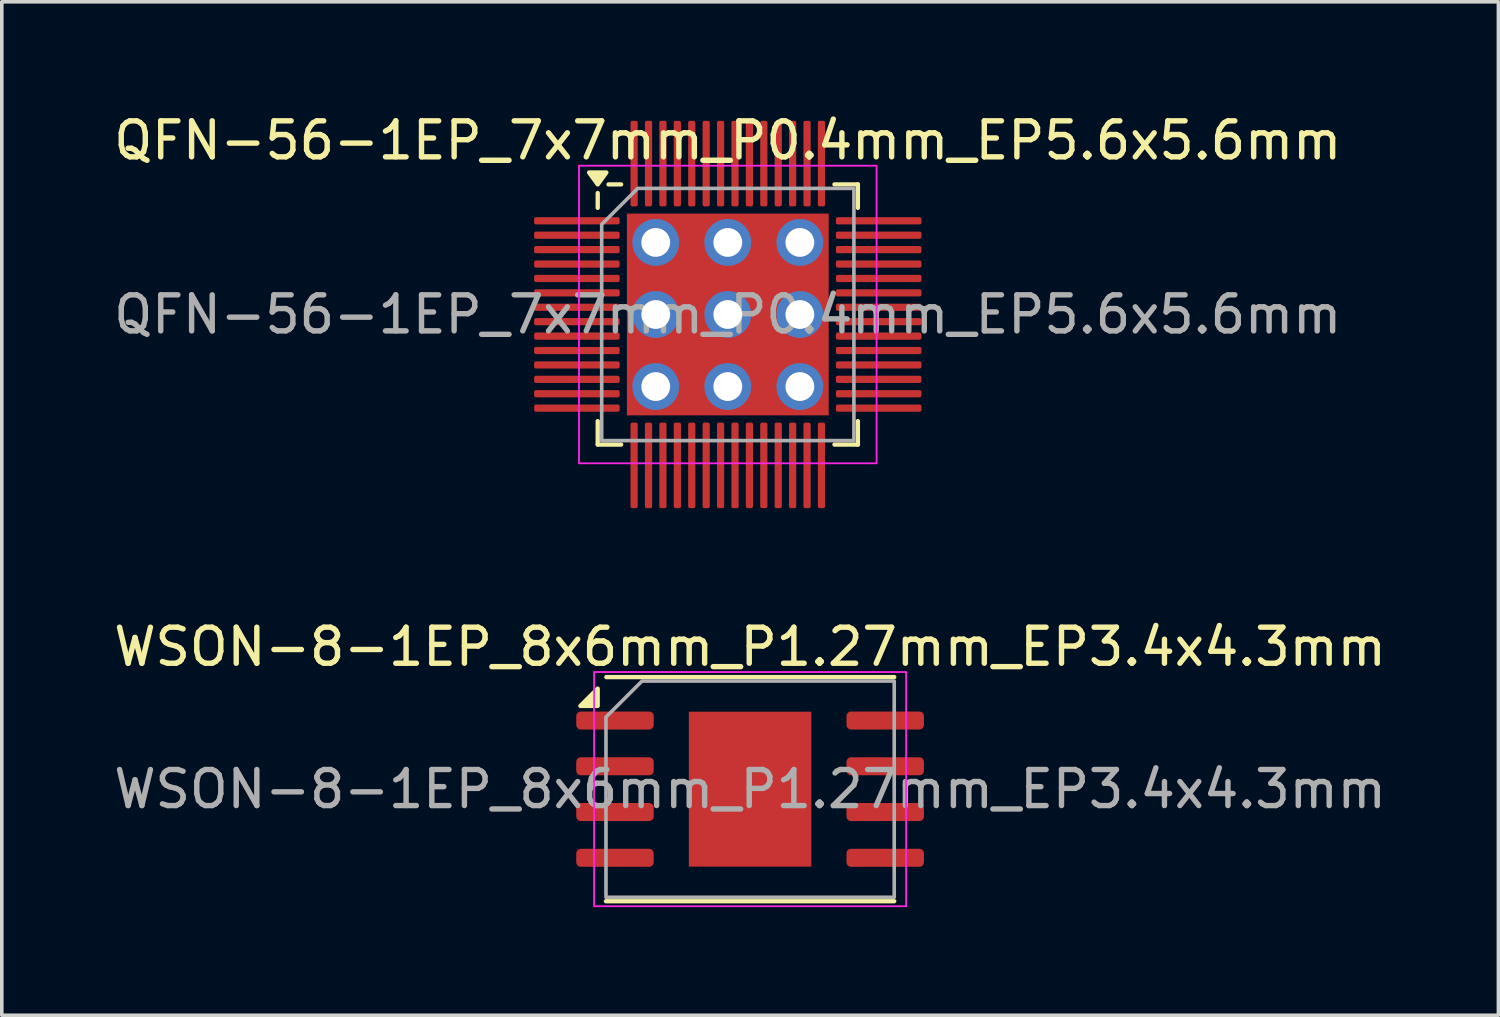
<source format=kicad_pcb>
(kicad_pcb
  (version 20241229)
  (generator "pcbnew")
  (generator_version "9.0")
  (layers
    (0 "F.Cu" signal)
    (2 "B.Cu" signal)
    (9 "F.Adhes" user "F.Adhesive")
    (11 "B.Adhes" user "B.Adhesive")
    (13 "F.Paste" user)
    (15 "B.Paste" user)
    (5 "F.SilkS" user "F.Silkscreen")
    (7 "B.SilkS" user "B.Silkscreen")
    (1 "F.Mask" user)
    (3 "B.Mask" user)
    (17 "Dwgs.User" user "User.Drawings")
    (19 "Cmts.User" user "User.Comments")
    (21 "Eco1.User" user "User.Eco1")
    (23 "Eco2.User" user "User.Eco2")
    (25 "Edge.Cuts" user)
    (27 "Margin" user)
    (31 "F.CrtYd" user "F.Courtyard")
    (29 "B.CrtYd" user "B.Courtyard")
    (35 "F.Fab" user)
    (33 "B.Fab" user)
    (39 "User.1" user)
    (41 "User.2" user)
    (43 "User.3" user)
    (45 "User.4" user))
  (footprint "QFN-56-1EP_7x7mm_P0.4mm_EP5.6x5.6mm"
    (layer "F.Cu")
    (at 17.149 5.678)
    (property "Reference" "QFN-56-1EP_7x7mm_P0.4mm_EP5.6x5.6mm" (at 0 -4.83 0) (layer "F.SilkS") (effects (font (size 1 1) (thickness 0.15))))
    (attr smd)
    (fp_line (start -3.61 -2.96) (end -3.61 -3.37) (stroke (width 0.12) (type solid)) (layer "F.SilkS"))
    (fp_line (start -3.61 3.61) (end -3.61 2.96) (stroke (width 0.12) (type solid)) (layer "F.SilkS"))
    (fp_line (start -2.96 -3.61) (end -3.31 -3.61) (stroke (width 0.12) (type solid)) (layer "F.SilkS"))
    (fp_line (start -2.96 3.61) (end -3.61 3.61) (stroke (width 0.12) (type solid)) (layer "F.SilkS"))
    (fp_line (start 2.96 -3.61) (end 3.61 -3.61) (stroke (width 0.12) (type solid)) (layer "F.SilkS"))
    (fp_line (start 2.96 3.61) (end 3.61 3.61) (stroke (width 0.12) (type solid)) (layer "F.SilkS"))
    (fp_line (start 3.61 -3.61) (end 3.61 -2.96) (stroke (width 0.12) (type solid)) (layer "F.SilkS"))
    (fp_line (start 3.61 3.61) (end 3.61 2.96) (stroke (width 0.12) (type solid)) (layer "F.SilkS"))
    (fp_poly (pts (xy -3.61 -3.61) (xy -3.85 -3.94) (xy -3.37 -3.94)) (stroke (width 0.12) (type solid)) (fill yes) (layer "F.SilkS"))
    (fp_rect (start -4.13 -4.13) (end 4.13 4.13) (stroke (width 0.05) (type solid)) (fill no) (layer "F.CrtYd"))
    (fp_poly (pts (xy -3.5 -2.5) (xy -3.5 3.5) (xy 3.5 3.5) (xy 3.5 -3.5) (xy -2.5 -3.5)) (stroke (width 0.1) (type solid)) (fill no) (layer "F.Fab"))
    (fp_text user "${REFERENCE}" (at 0 0 0) (layer "F.Fab") (effects (font (size 1 1) (thickness 0.15))))
    (pad "" smd roundrect (at -2.1 -2.1) (size 1.13 1.13) (layers "F.Paste") (roundrect_rratio 0.221))
    (pad "" smd roundrect (at -2.1 -0.7) (size 1.13 1.13) (layers "F.Paste") (roundrect_rratio 0.221))
    (pad "" smd roundrect (at -2.1 0.7) (size 1.13 1.13) (layers "F.Paste") (roundrect_rratio 0.221))
    (pad "" smd roundrect (at -2.1 2.1) (size 1.13 1.13) (layers "F.Paste") (roundrect_rratio 0.221))
    (pad "" smd roundrect (at -0.7 -2.1) (size 1.13 1.13) (layers "F.Paste") (roundrect_rratio 0.221))
    (pad "" smd roundrect (at -0.7 -0.7) (size 1.13 1.13) (layers "F.Paste") (roundrect_rratio 0.221))
    (pad "" smd roundrect (at -0.7 0.7) (size 1.13 1.13) (layers "F.Paste") (roundrect_rratio 0.221))
    (pad "" smd roundrect (at -0.7 2.1) (size 1.13 1.13) (layers "F.Paste") (roundrect_rratio 0.221))
    (pad "" smd roundrect (at 0.7 -2.1) (size 1.13 1.13) (layers "F.Paste") (roundrect_rratio 0.221))
    (pad "" smd roundrect (at 0.7 -0.7) (size 1.13 1.13) (layers "F.Paste") (roundrect_rratio 0.221))
    (pad "" smd roundrect (at 0.7 0.7) (size 1.13 1.13) (layers "F.Paste") (roundrect_rratio 0.221))
    (pad "" smd roundrect (at 0.7 2.1) (size 1.13 1.13) (layers "F.Paste") (roundrect_rratio 0.221))
    (pad "" smd roundrect (at 2.1 -2.1) (size 1.13 1.13) (layers "F.Paste") (roundrect_rratio 0.221))
    (pad "" smd roundrect (at 2.1 -0.7) (size 1.13 1.13) (layers "F.Paste") (roundrect_rratio 0.221))
    (pad "" smd roundrect (at 2.1 0.7) (size 1.13 1.13) (layers "F.Paste") (roundrect_rratio 0.221))
    (pad "" smd roundrect (at 2.1 2.1) (size 1.13 1.13) (layers "F.Paste") (roundrect_rratio 0.221))
    (pad "1" smd roundrect (at -4.188 -2.6) (size 2.375 0.2) (layers "F.Cu" "F.Mask" "F.Paste") (roundrect_rratio 0.25))
    (pad "1" thru_hole circle (at -2 -2) (size 1.3 1.3) (drill 0.8) (property pad_prop_heatsink) (layers "*.Cu"))
    (pad "2" smd roundrect (at -4.188 -2.2) (size 2.375 0.2) (layers "F.Cu" "F.Mask" "F.Paste") (roundrect_rratio 0.25))
    (pad "2" thru_hole circle (at 0 -2) (size 1.3 1.3) (drill 0.8) (property pad_prop_heatsink) (layers "*.Cu"))
    (pad "3" smd roundrect (at -4.188 -1.8) (size 2.375 0.2) (layers "F.Cu" "F.Mask" "F.Paste") (roundrect_rratio 0.25))
    (pad "3" thru_hole circle (at 2 -2) (size 1.3 1.3) (drill 0.8) (property pad_prop_heatsink) (layers "*.Cu"))
    (pad "4" smd roundrect (at -4.188 -1.4) (size 2.375 0.2) (layers "F.Cu" "F.Mask" "F.Paste") (roundrect_rratio 0.25))
    (pad "4" thru_hole circle (at -2 0) (size 1.3 1.3) (drill 0.8) (property pad_prop_heatsink) (layers "*.Cu"))
    (pad "5" smd roundrect (at -4.188 -1) (size 2.375 0.2) (layers "F.Cu" "F.Mask" "F.Paste") (roundrect_rratio 0.25))
    (pad "5" thru_hole circle (at 0 0) (size 1.3 1.3) (drill 0.8) (property pad_prop_heatsink) (layers "*.Cu"))
    (pad "6" smd roundrect (at -4.188 -0.6) (size 2.375 0.2) (layers "F.Cu" "F.Mask" "F.Paste") (roundrect_rratio 0.25))
    (pad "6" thru_hole circle (at 2 0) (size 1.3 1.3) (drill 0.8) (property pad_prop_heatsink) (layers "*.Cu"))
    (pad "7" smd roundrect (at -4.188 -0.2) (size 2.375 0.2) (layers "F.Cu" "F.Mask" "F.Paste") (roundrect_rratio 0.25))
    (pad "7" thru_hole circle (at -2 2) (size 1.3 1.3) (drill 0.8) (property pad_prop_heatsink) (layers "*.Cu"))
    (pad "8" smd roundrect (at -4.188 0.2) (size 2.375 0.2) (layers "F.Cu" "F.Mask" "F.Paste") (roundrect_rratio 0.25))
    (pad "8" thru_hole circle (at 0 2) (size 1.3 1.3) (drill 0.8) (property pad_prop_heatsink) (layers "*.Cu"))
    (pad "9" smd roundrect (at -4.188 0.6) (size 2.375 0.2) (layers "F.Cu" "F.Mask" "F.Paste") (roundrect_rratio 0.25))
    (pad "9" thru_hole circle (at 2 2) (size 1.3 1.3) (drill 0.8) (property pad_prop_heatsink) (layers "*.Cu"))
    (pad "10" smd roundrect (at -4.188 1) (size 2.375 0.2) (layers "F.Cu" "F.Mask" "F.Paste") (roundrect_rratio 0.25))
    (pad "11" smd roundrect (at -4.188 1.4) (size 2.375 0.2) (layers "F.Cu" "F.Mask" "F.Paste") (roundrect_rratio 0.25))
    (pad "12" smd roundrect (at -4.188 1.8) (size 2.375 0.2) (layers "F.Cu" "F.Mask" "F.Paste") (roundrect_rratio 0.25))
    (pad "13" smd roundrect (at -4.188 2.2) (size 2.375 0.2) (layers "F.Cu" "F.Mask" "F.Paste") (roundrect_rratio 0.25))
    (pad "14" smd roundrect (at -4.188 2.6) (size 2.375 0.2) (layers "F.Cu" "F.Mask" "F.Paste") (roundrect_rratio 0.25))
    (pad "15" smd roundrect (at -2.6 4.188) (size 0.2 2.375) (layers "F.Cu" "F.Mask" "F.Paste") (roundrect_rratio 0.25))
    (pad "16" smd roundrect (at -2.2 4.188) (size 0.2 2.375) (layers "F.Cu" "F.Mask" "F.Paste") (roundrect_rratio 0.25))
    (pad "17" smd roundrect (at -1.8 4.188) (size 0.2 2.375) (layers "F.Cu" "F.Mask" "F.Paste") (roundrect_rratio 0.25))
    (pad "18" smd roundrect (at -1.4 4.188) (size 0.2 2.375) (layers "F.Cu" "F.Mask" "F.Paste") (roundrect_rratio 0.25))
    (pad "19" smd roundrect (at -1 4.188) (size 0.2 2.375) (layers "F.Cu" "F.Mask" "F.Paste") (roundrect_rratio 0.25))
    (pad "20" smd roundrect (at -0.6 4.188) (size 0.2 2.375) (layers "F.Cu" "F.Mask" "F.Paste") (roundrect_rratio 0.25))
    (pad "21" smd roundrect (at -0.2 4.188) (size 0.2 2.375) (layers "F.Cu" "F.Mask" "F.Paste") (roundrect_rratio 0.25))
    (pad "22" smd roundrect (at 0.2 4.188) (size 0.2 2.375) (layers "F.Cu" "F.Mask" "F.Paste") (roundrect_rratio 0.25))
    (pad "23" smd roundrect (at 0.6 4.188) (size 0.2 2.375) (layers "F.Cu" "F.Mask" "F.Paste") (roundrect_rratio 0.25))
    (pad "24" smd roundrect (at 1 4.188) (size 0.2 2.375) (layers "F.Cu" "F.Mask" "F.Paste") (roundrect_rratio 0.25))
    (pad "25" smd roundrect (at 1.4 4.188) (size 0.2 2.375) (layers "F.Cu" "F.Mask" "F.Paste") (roundrect_rratio 0.25))
    (pad "26" smd roundrect (at 1.8 4.188) (size 0.2 2.375) (layers "F.Cu" "F.Mask" "F.Paste") (roundrect_rratio 0.25))
    (pad "27" smd roundrect (at 2.2 4.188) (size 0.2 2.375) (layers "F.Cu" "F.Mask" "F.Paste") (roundrect_rratio 0.25))
    (pad "28" smd roundrect (at 2.6 4.188) (size 0.2 2.375) (layers "F.Cu" "F.Mask" "F.Paste") (roundrect_rratio 0.25))
    (pad "29" smd roundrect (at 4.188 2.6) (size 2.375 0.2) (layers "F.Cu" "F.Mask" "F.Paste") (roundrect_rratio 0.25))
    (pad "30" smd roundrect (at 4.188 2.2) (size 2.375 0.2) (layers "F.Cu" "F.Mask" "F.Paste") (roundrect_rratio 0.25))
    (pad "31" smd roundrect (at 4.188 1.8) (size 2.375 0.2) (layers "F.Cu" "F.Mask" "F.Paste") (roundrect_rratio 0.25))
    (pad "32" smd roundrect (at 4.188 1.4) (size 2.375 0.2) (layers "F.Cu" "F.Mask" "F.Paste") (roundrect_rratio 0.25))
    (pad "33" smd roundrect (at 4.188 1) (size 2.375 0.2) (layers "F.Cu" "F.Mask" "F.Paste") (roundrect_rratio 0.25))
    (pad "34" smd roundrect (at 4.188 0.6) (size 2.375 0.2) (layers "F.Cu" "F.Mask" "F.Paste") (roundrect_rratio 0.25))
    (pad "35" smd roundrect (at 4.188 0.2) (size 2.375 0.2) (layers "F.Cu" "F.Mask" "F.Paste") (roundrect_rratio 0.25))
    (pad "36" smd roundrect (at 4.188 -0.2) (size 2.375 0.2) (layers "F.Cu" "F.Mask" "F.Paste") (roundrect_rratio 0.25))
    (pad "37" smd roundrect (at 4.188 -0.6) (size 2.375 0.2) (layers "F.Cu" "F.Mask" "F.Paste") (roundrect_rratio 0.25))
    (pad "38" smd roundrect (at 4.188 -1) (size 2.375 0.2) (layers "F.Cu" "F.Mask" "F.Paste") (roundrect_rratio 0.25))
    (pad "39" smd roundrect (at 4.188 -1.4) (size 2.375 0.2) (layers "F.Cu" "F.Mask" "F.Paste") (roundrect_rratio 0.25))
    (pad "40" smd roundrect (at 4.188 -1.8) (size 2.375 0.2) (layers "F.Cu" "F.Mask" "F.Paste") (roundrect_rratio 0.25))
    (pad "41" smd roundrect (at 4.188 -2.2) (size 2.375 0.2) (layers "F.Cu" "F.Mask" "F.Paste") (roundrect_rratio 0.25))
    (pad "42" smd roundrect (at 4.188 -2.6) (size 2.375 0.2) (layers "F.Cu" "F.Mask" "F.Paste") (roundrect_rratio 0.25))
    (pad "43" smd roundrect (at 2.6 -4.188) (size 0.2 2.375) (layers "F.Cu" "F.Mask" "F.Paste") (roundrect_rratio 0.25))
    (pad "44" smd roundrect (at 2.2 -4.188) (size 0.2 2.375) (layers "F.Cu" "F.Mask" "F.Paste") (roundrect_rratio 0.25))
    (pad "45" smd roundrect (at 1.8 -4.188) (size 0.2 2.375) (layers "F.Cu" "F.Mask" "F.Paste") (roundrect_rratio 0.25))
    (pad "46" smd roundrect (at 1.4 -4.188) (size 0.2 2.375) (layers "F.Cu" "F.Mask" "F.Paste") (roundrect_rratio 0.25))
    (pad "47" smd roundrect (at 1 -4.188) (size 0.2 2.375) (layers "F.Cu" "F.Mask" "F.Paste") (roundrect_rratio 0.25))
    (pad "48" smd roundrect (at 0.6 -4.188) (size 0.2 2.375) (layers "F.Cu" "F.Mask" "F.Paste") (roundrect_rratio 0.25))
    (pad "49" smd roundrect (at 0.2 -4.188) (size 0.2 2.375) (layers "F.Cu" "F.Mask" "F.Paste") (roundrect_rratio 0.25))
    (pad "50" smd roundrect (at -0.2 -4.188) (size 0.2 2.375) (layers "F.Cu" "F.Mask" "F.Paste") (roundrect_rratio 0.25))
    (pad "51" smd roundrect (at -0.6 -4.188) (size 0.2 2.375) (layers "F.Cu" "F.Mask" "F.Paste") (roundrect_rratio 0.25))
    (pad "52" smd roundrect (at -1 -4.188) (size 0.2 2.375) (layers "F.Cu" "F.Mask" "F.Paste") (roundrect_rratio 0.25))
    (pad "53" smd roundrect (at -1.4 -4.188) (size 0.2 2.375) (layers "F.Cu" "F.Mask" "F.Paste") (roundrect_rratio 0.25))
    (pad "54" smd roundrect (at -1.8 -4.188) (size 0.2 2.375) (layers "F.Cu" "F.Mask" "F.Paste") (roundrect_rratio 0.25))
    (pad "55" smd roundrect (at -2.2 -4.188) (size 0.2 2.375) (layers "F.Cu" "F.Mask" "F.Paste") (roundrect_rratio 0.25))
    (pad "56" smd roundrect (at -2.6 -4.188) (size 0.2 2.375) (layers "F.Cu" "F.Mask" "F.Paste") (roundrect_rratio 0.25))
    (pad "57" smd rect (at 0 0) (size 5.6 5.6) (property pad_prop_heatsink) (layers "F.Cu" "F.Mask")))
  (footprint "WSON-8-1EP_8x6mm_P1.27mm_EP3.4x4.3mm"
    (layer "F.Cu")
    (at 17.768 18.852)
    (property "Reference" "WSON-8-1EP_8x6mm_P1.27mm_EP3.4x4.3mm" (at 0 -3.95 0) (layer "F.SilkS") (effects (font (size 1 1) (thickness 0.15))))
    (attr smd)
    (fp_line (start -4 3.11) (end 4 3.11) (stroke (width 0.12) (type solid)) (layer "F.SilkS"))
    (fp_line (start -3.99 -3.11) (end 4 -3.11) (stroke (width 0.12) (type solid)) (layer "F.SilkS"))
    (fp_poly (pts (xy -4.23 -2.31) (xy -4.71 -2.31) (xy -4.23 -2.79)) (stroke (width 0.12) (type solid)) (fill yes) (layer "F.SilkS"))
    (fp_rect (start -4.33 -3.25) (end 4.33 3.25) (stroke (width 0.05) (type solid)) (fill no) (layer "F.CrtYd"))
    (fp_poly (pts (xy -4 -2) (xy -4 3) (xy 4 3) (xy 4 -3) (xy -3 -3)) (stroke (width 0.1) (type solid)) (fill no) (layer "F.Fab"))
    (fp_text user "${REFERENCE}" (at 0 0 0) (layer "F.Fab") (effects (font (size 1 1) (thickness 0.15))))
    (pad "" smd roundrect (at -0.85 -1.075) (size 1.37 1.73) (layers "F.Paste") (roundrect_rratio 0.182))
    (pad "" smd roundrect (at -0.85 1.075) (size 1.37 1.73) (layers "F.Paste") (roundrect_rratio 0.182))
    (pad "" smd roundrect (at 0.85 -1.075) (size 1.37 1.73) (layers "F.Paste") (roundrect_rratio 0.182))
    (pad "" smd roundrect (at 0.85 1.075) (size 1.37 1.73) (layers "F.Paste") (roundrect_rratio 0.182))
    (pad "1" smd roundrect (at -3.75 -1.905) (size 2.15 0.5) (layers "F.Cu" "F.Mask" "F.Paste") (roundrect_rratio 0.25))
    (pad "2" smd roundrect (at -3.75 -0.635) (size 2.15 0.5) (layers "F.Cu" "F.Mask" "F.Paste") (roundrect_rratio 0.25))
    (pad "3" smd roundrect (at -3.75 0.635) (size 2.15 0.5) (layers "F.Cu" "F.Mask" "F.Paste") (roundrect_rratio 0.25))
    (pad "4" smd roundrect (at -3.75 1.905) (size 2.15 0.5) (layers "F.Cu" "F.Mask" "F.Paste") (roundrect_rratio 0.25))
    (pad "5" smd roundrect (at 3.75 1.905) (size 2.15 0.5) (layers "F.Cu" "F.Mask" "F.Paste") (roundrect_rratio 0.25))
    (pad "6" smd roundrect (at 3.75 0.635) (size 2.15 0.5) (layers "F.Cu" "F.Mask" "F.Paste") (roundrect_rratio 0.25))
    (pad "7" smd roundrect (at 3.75 -0.635) (size 2.15 0.5) (layers "F.Cu" "F.Mask" "F.Paste") (roundrect_rratio 0.25))
    (pad "8" smd roundrect (at 3.75 -1.905) (size 2.15 0.5) (layers "F.Cu" "F.Mask" "F.Paste") (roundrect_rratio 0.25))
    (pad "9" smd rect (at 0 0) (size 3.4 4.3) (property pad_prop_heatsink) (layers "F.Cu" "F.Mask")))
  (gr_rect
    (start -3 -3)
    (end 38.536 25.127)
    (stroke (width 0.1) (type default))
    (fill no)
    (layer "Edge.Cuts")))
</source>
